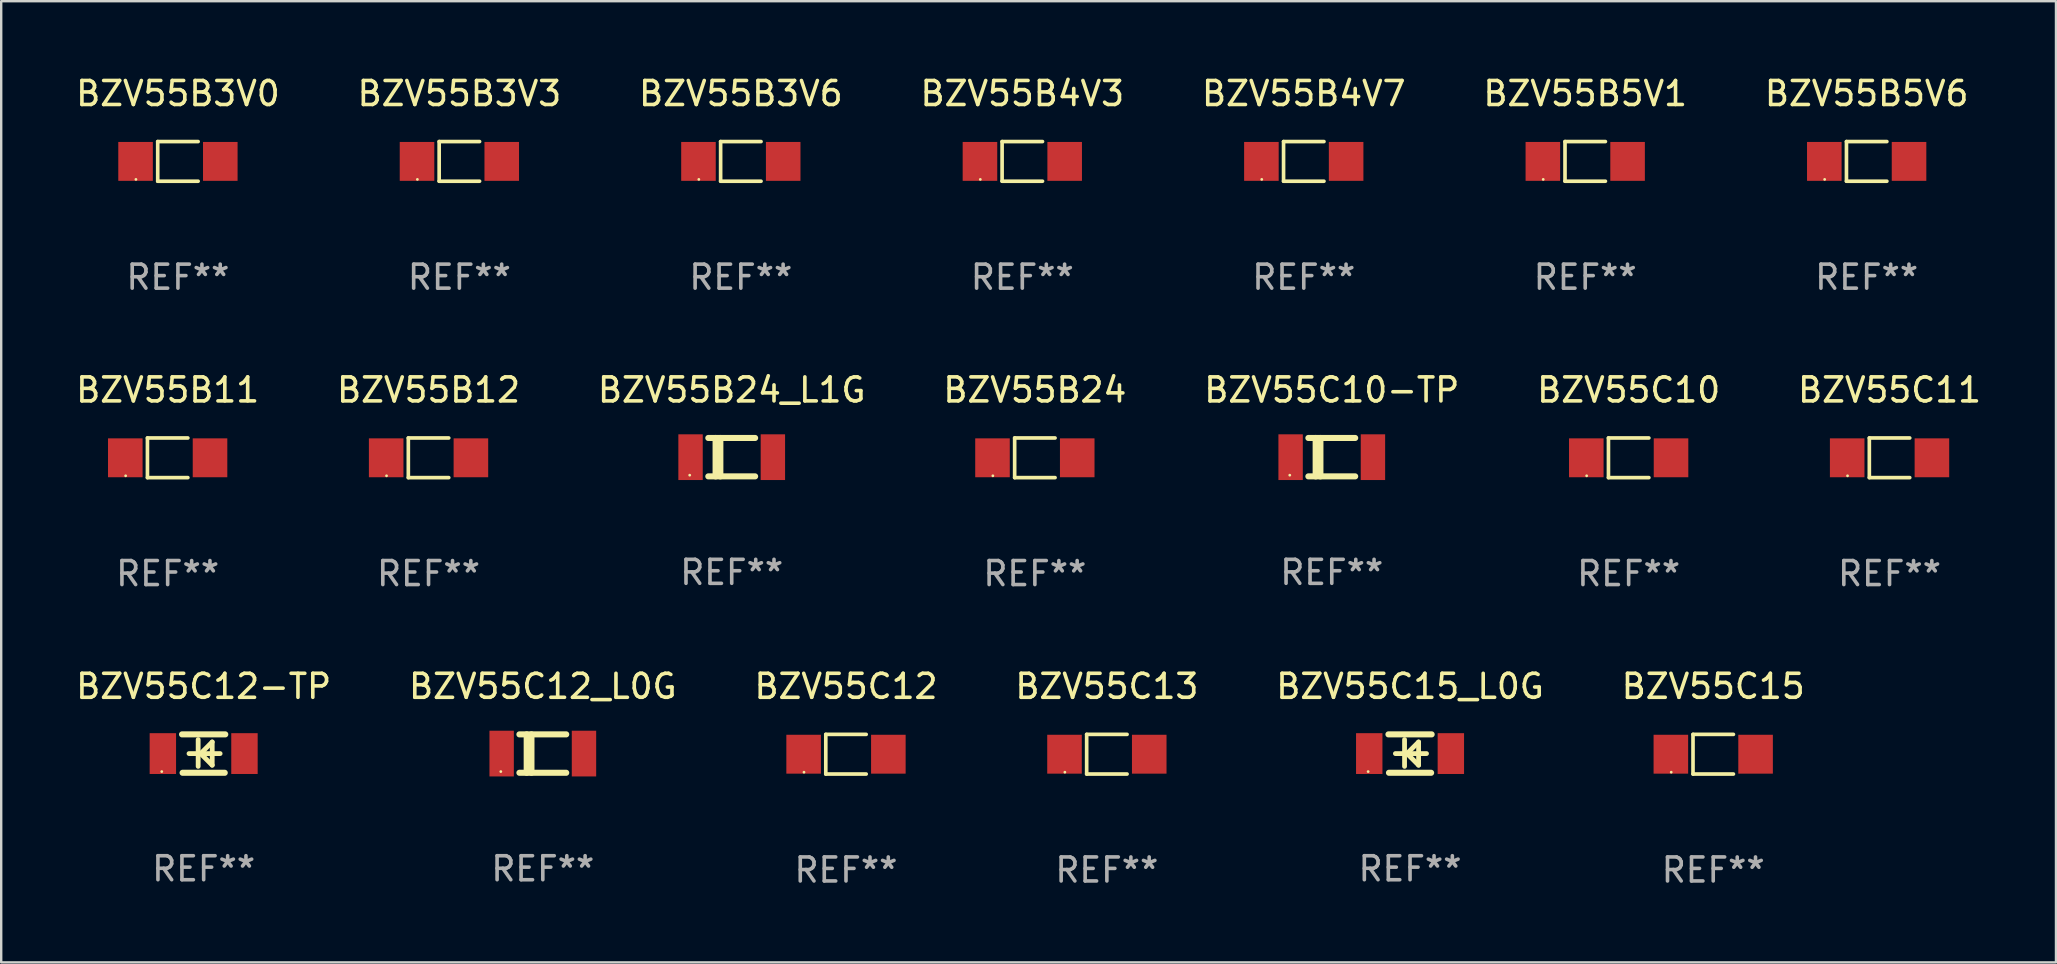
<source format=kicad_pcb>
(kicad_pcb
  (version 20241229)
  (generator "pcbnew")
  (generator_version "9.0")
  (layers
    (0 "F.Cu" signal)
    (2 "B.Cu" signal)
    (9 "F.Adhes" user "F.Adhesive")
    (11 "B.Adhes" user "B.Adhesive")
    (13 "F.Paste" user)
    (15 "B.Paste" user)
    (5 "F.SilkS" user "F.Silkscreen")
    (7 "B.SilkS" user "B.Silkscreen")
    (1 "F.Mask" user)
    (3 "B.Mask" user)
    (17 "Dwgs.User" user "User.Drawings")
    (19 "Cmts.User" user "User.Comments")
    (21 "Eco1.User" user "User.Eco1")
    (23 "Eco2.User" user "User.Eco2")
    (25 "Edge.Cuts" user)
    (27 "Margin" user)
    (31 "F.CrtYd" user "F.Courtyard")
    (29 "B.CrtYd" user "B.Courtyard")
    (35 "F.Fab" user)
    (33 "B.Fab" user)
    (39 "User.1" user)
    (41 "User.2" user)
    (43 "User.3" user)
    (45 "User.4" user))
  (footprint "BZV55C12_L0G"
    (layer "F.Cu")
    (at 19.565 28.346)
    (property "Reference" "BZV55C12_L0G" (at 0 -2.8 0) (layer "F.SilkS") (effects (font (size 1 1) (thickness 0.15))))
    (attr through_hole)
    (fp_line (start -0.975 -0.8) (end 0.975 -0.8) (stroke (width 0.254) (type solid)) (layer "F.SilkS"))
    (fp_line (start -0.975 0.8) (end 0.975 0.8) (stroke (width 0.254) (type solid)) (layer "F.SilkS"))
    (fp_line (start -0.671 -0.8) (end -0.671 0.8) (stroke (width 0.254) (type solid)) (layer "F.SilkS"))
    (fp_line (start -0.474 -0.8) (end -0.474 0.8) (stroke (width 0.254) (type solid)) (layer "F.SilkS"))
    (fp_circle (center -1.75 0.75) (end -1.72 0.75) (stroke (width 0.06) (type solid)) (fill no) (layer "F.SilkS"))
    (fp_text user "REF**" (at 0 4.8 0) (layer "F.Fab") (effects (font (size 1 1) (thickness 0.15))))
    (pad "1" smd rect (at -1.715 0 180) (size 1.016 1.905) (layers "F.Cu" "F.Mask" "F.Paste"))
    (pad "2" smd rect (at 1.715 0 180) (size 1.016 1.905) (layers "F.Cu" "F.Mask" "F.Paste")))
  (footprint "BZV55C15"
    (layer "F.Cu")
    (at 68.327 28.372)
    (property "Reference" "BZV55C15" (at 0 -2.826 0) (layer "F.SilkS") (effects (font (size 1 1) (thickness 0.15))))
    (attr through_hole)
    (fp_line (start -0.842 -0.826) (end -0.842 0.826) (stroke (width 0.152) (type solid)) (layer "F.SilkS"))
    (fp_line (start -0.842 -0.826) (end 0.842 -0.826) (stroke (width 0.152) (type solid)) (layer "F.SilkS"))
    (fp_line (start -0.842 0.826) (end 0.842 0.826) (stroke (width 0.152) (type solid)) (layer "F.SilkS"))
    (fp_circle (center -1.75 0.75) (end -1.72 0.75) (stroke (width 0.06) (type solid)) (fill no) (layer "F.SilkS"))
    (fp_text user "REF**" (at 0 4.826 0) (layer "F.Fab") (effects (font (size 1 1) (thickness 0.15))))
    (pad "1" smd rect (at -1.765 0) (size 1.44 1.62) (layers "F.Cu" "F.Mask" "F.Paste"))
    (pad "2" smd rect (at 1.765 0) (size 1.44 1.62) (layers "F.Cu" "F.Mask" "F.Paste")))
  (footprint "BZV55B4V3"
    (layer "F.Cu")
    (at 39.542 3.674)
    (property "Reference" "BZV55B4V3" (at 0 -2.826 0) (layer "F.SilkS") (effects (font (size 1 1) (thickness 0.15))))
    (attr through_hole)
    (fp_line (start -0.842 -0.826) (end -0.842 0.826) (stroke (width 0.152) (type solid)) (layer "F.SilkS"))
    (fp_line (start -0.842 -0.826) (end 0.842 -0.826) (stroke (width 0.152) (type solid)) (layer "F.SilkS"))
    (fp_line (start -0.842 0.826) (end 0.842 0.826) (stroke (width 0.152) (type solid)) (layer "F.SilkS"))
    (fp_circle (center -1.75 0.75) (end -1.72 0.75) (stroke (width 0.06) (type solid)) (fill no) (layer "F.SilkS"))
    (fp_text user "REF**" (at 0 4.826 0) (layer "F.Fab") (effects (font (size 1 1) (thickness 0.15))))
    (pad "1" smd rect (at -1.765 0) (size 1.44 1.62) (layers "F.Cu" "F.Mask" "F.Paste"))
    (pad "2" smd rect (at 1.765 0) (size 1.44 1.62) (layers "F.Cu" "F.Mask" "F.Paste")))
  (footprint "BZV55B3V6"
    (layer "F.Cu")
    (at 27.815 3.674)
    (property "Reference" "BZV55B3V6" (at 0 -2.826 0) (layer "F.SilkS") (effects (font (size 1 1) (thickness 0.15))))
    (attr through_hole)
    (fp_line (start -0.842 -0.826) (end -0.842 0.826) (stroke (width 0.152) (type solid)) (layer "F.SilkS"))
    (fp_line (start -0.842 -0.826) (end 0.842 -0.826) (stroke (width 0.152) (type solid)) (layer "F.SilkS"))
    (fp_line (start -0.842 0.826) (end 0.842 0.826) (stroke (width 0.152) (type solid)) (layer "F.SilkS"))
    (fp_circle (center -1.75 0.75) (end -1.72 0.75) (stroke (width 0.06) (type solid)) (fill no) (layer "F.SilkS"))
    (fp_text user "REF**" (at 0 4.826 0) (layer "F.Fab") (effects (font (size 1 1) (thickness 0.15))))
    (pad "1" smd rect (at -1.765 0) (size 1.44 1.62) (layers "F.Cu" "F.Mask" "F.Paste"))
    (pad "2" smd rect (at 1.765 0) (size 1.44 1.62) (layers "F.Cu" "F.Mask" "F.Paste")))
  (footprint "BZV55C12"
    (layer "F.Cu")
    (at 32.196 28.372)
    (property "Reference" "BZV55C12" (at 0 -2.826 0) (layer "F.SilkS") (effects (font (size 1 1) (thickness 0.15))))
    (attr through_hole)
    (fp_line (start -0.842 -0.826) (end -0.842 0.826) (stroke (width 0.152) (type solid)) (layer "F.SilkS"))
    (fp_line (start -0.842 -0.826) (end 0.842 -0.826) (stroke (width 0.152) (type solid)) (layer "F.SilkS"))
    (fp_line (start -0.842 0.826) (end 0.842 0.826) (stroke (width 0.152) (type solid)) (layer "F.SilkS"))
    (fp_circle (center -1.75 0.75) (end -1.72 0.75) (stroke (width 0.06) (type solid)) (fill no) (layer "F.SilkS"))
    (fp_text user "REF**" (at 0 4.826 0) (layer "F.Fab") (effects (font (size 1 1) (thickness 0.15))))
    (pad "1" smd rect (at -1.765 0) (size 1.44 1.62) (layers "F.Cu" "F.Mask" "F.Paste"))
    (pad "2" smd rect (at 1.765 0) (size 1.44 1.62) (layers "F.Cu" "F.Mask" "F.Paste")))
  (footprint "BZV55B4V7"
    (layer "F.Cu")
    (at 51.268 3.674)
    (property "Reference" "BZV55B4V7" (at 0 -2.826 0) (layer "F.SilkS") (effects (font (size 1 1) (thickness 0.15))))
    (attr through_hole)
    (fp_line (start -0.842 -0.826) (end -0.842 0.826) (stroke (width 0.152) (type solid)) (layer "F.SilkS"))
    (fp_line (start -0.842 -0.826) (end 0.842 -0.826) (stroke (width 0.152) (type solid)) (layer "F.SilkS"))
    (fp_line (start -0.842 0.826) (end 0.842 0.826) (stroke (width 0.152) (type solid)) (layer "F.SilkS"))
    (fp_circle (center -1.75 0.75) (end -1.72 0.75) (stroke (width 0.06) (type solid)) (fill no) (layer "F.SilkS"))
    (fp_text user "REF**" (at 0 4.826 0) (layer "F.Fab") (effects (font (size 1 1) (thickness 0.15))))
    (pad "1" smd rect (at -1.765 0) (size 1.44 1.62) (layers "F.Cu" "F.Mask" "F.Paste"))
    (pad "2" smd rect (at 1.765 0) (size 1.44 1.62) (layers "F.Cu" "F.Mask" "F.Paste")))
  (footprint "BZV55B5V1"
    (layer "F.Cu")
    (at 62.994 3.674)
    (property "Reference" "BZV55B5V1" (at 0 -2.826 0) (layer "F.SilkS") (effects (font (size 1 1) (thickness 0.15))))
    (attr through_hole)
    (fp_line (start -0.842 -0.826) (end -0.842 0.826) (stroke (width 0.152) (type solid)) (layer "F.SilkS"))
    (fp_line (start -0.842 -0.826) (end 0.842 -0.826) (stroke (width 0.152) (type solid)) (layer "F.SilkS"))
    (fp_line (start -0.842 0.826) (end 0.842 0.826) (stroke (width 0.152) (type solid)) (layer "F.SilkS"))
    (fp_circle (center -1.75 0.75) (end -1.72 0.75) (stroke (width 0.06) (type solid)) (fill no) (layer "F.SilkS"))
    (fp_text user "REF**" (at 0 4.826 0) (layer "F.Fab") (effects (font (size 1 1) (thickness 0.15))))
    (pad "1" smd rect (at -1.765 0) (size 1.44 1.62) (layers "F.Cu" "F.Mask" "F.Paste"))
    (pad "2" smd rect (at 1.765 0) (size 1.44 1.62) (layers "F.Cu" "F.Mask" "F.Paste")))
  (footprint "BZV55B12"
    (layer "F.Cu")
    (at 14.804 16.023)
    (property "Reference" "BZV55B12" (at 0 -2.826 0) (layer "F.SilkS") (effects (font (size 1 1) (thickness 0.15))))
    (attr through_hole)
    (fp_line (start -0.842 -0.826) (end -0.842 0.826) (stroke (width 0.152) (type solid)) (layer "F.SilkS"))
    (fp_line (start -0.842 -0.826) (end 0.842 -0.826) (stroke (width 0.152) (type solid)) (layer "F.SilkS"))
    (fp_line (start -0.842 0.826) (end 0.842 0.826) (stroke (width 0.152) (type solid)) (layer "F.SilkS"))
    (fp_circle (center -1.75 0.75) (end -1.72 0.75) (stroke (width 0.06) (type solid)) (fill no) (layer "F.SilkS"))
    (fp_text user "REF**" (at 0 4.826 0) (layer "F.Fab") (effects (font (size 1 1) (thickness 0.15))))
    (pad "1" smd rect (at -1.765 0) (size 1.44 1.62) (layers "F.Cu" "F.Mask" "F.Paste"))
    (pad "2" smd rect (at 1.765 0) (size 1.44 1.62) (layers "F.Cu" "F.Mask" "F.Paste")))
  (footprint "BZV55C12-TP"
    (layer "F.Cu")
    (at 5.435 28.346)
    (property "Reference" "BZV55C12-TP" (at 0 -2.8 0) (layer "F.SilkS") (effects (font (size 1 1) (thickness 0.15))))
    (attr through_hole)
    (fp_line (start -0.9 -0.8) (end 0.9 -0.8) (stroke (width 0.254) (type solid)) (layer "F.SilkS"))
    (fp_line (start -0.878 0.8) (end 0.878 0.8) (stroke (width 0.254) (type solid)) (layer "F.SilkS"))
    (fp_line (start -0.61 0) (end 0.686 0) (stroke (width 0.2) (type solid)) (layer "F.SilkS"))
    (fp_line (start -0.229 -0.584) (end -0.229 0.533) (stroke (width 0.2) (type solid)) (layer "F.SilkS"))
    (fp_line (start -0.127 0) (end 0.356 -0.483) (stroke (width 0.2) (type solid)) (layer "F.SilkS"))
    (fp_line (start 0.356 -0.483) (end 0.356 0.483) (stroke (width 0.2) (type solid)) (layer "F.SilkS"))
    (fp_line (start 0.356 0.483) (end -0.102 0.025) (stroke (width 0.2) (type solid)) (layer "F.SilkS"))
    (fp_circle (center -1.746 0.75) (end -1.716 0.75) (stroke (width 0.06) (type solid)) (fill no) (layer "F.SilkS"))
    (fp_text user "REF**" (at 0 4.8 0) (layer "F.Fab") (effects (font (size 1 1) (thickness 0.15))))
    (pad "1" smd rect (at -1.7 0 180) (size 1.1 1.7) (layers "F.Cu" "F.Mask" "F.Paste"))
    (pad "2" smd rect (at 1.7 0 180) (size 1.1 1.7) (layers "F.Cu" "F.Mask" "F.Paste")))
  (footprint "BZV55B24"
    (layer "F.Cu")
    (at 40.065 16.023)
    (property "Reference" "BZV55B24" (at 0 -2.826 0) (layer "F.SilkS") (effects (font (size 1 1) (thickness 0.15))))
    (attr through_hole)
    (fp_line (start -0.842 -0.826) (end -0.842 0.826) (stroke (width 0.152) (type solid)) (layer "F.SilkS"))
    (fp_line (start -0.842 -0.826) (end 0.842 -0.826) (stroke (width 0.152) (type solid)) (layer "F.SilkS"))
    (fp_line (start -0.842 0.826) (end 0.842 0.826) (stroke (width 0.152) (type solid)) (layer "F.SilkS"))
    (fp_circle (center -1.75 0.75) (end -1.72 0.75) (stroke (width 0.06) (type solid)) (fill no) (layer "F.SilkS"))
    (fp_text user "REF**" (at 0 4.826 0) (layer "F.Fab") (effects (font (size 1 1) (thickness 0.15))))
    (pad "1" smd rect (at -1.765 0) (size 1.44 1.62) (layers "F.Cu" "F.Mask" "F.Paste"))
    (pad "2" smd rect (at 1.765 0) (size 1.44 1.62) (layers "F.Cu" "F.Mask" "F.Paste")))
  (footprint "BZV55B5V6"
    (layer "F.Cu")
    (at 74.72 3.674)
    (property "Reference" "BZV55B5V6" (at 0 -2.826 0) (layer "F.SilkS") (effects (font (size 1 1) (thickness 0.15))))
    (attr through_hole)
    (fp_line (start -0.842 -0.826) (end -0.842 0.826) (stroke (width 0.152) (type solid)) (layer "F.SilkS"))
    (fp_line (start -0.842 -0.826) (end 0.842 -0.826) (stroke (width 0.152) (type solid)) (layer "F.SilkS"))
    (fp_line (start -0.842 0.826) (end 0.842 0.826) (stroke (width 0.152) (type solid)) (layer "F.SilkS"))
    (fp_circle (center -1.75 0.75) (end -1.72 0.75) (stroke (width 0.06) (type solid)) (fill no) (layer "F.SilkS"))
    (fp_text user "REF**" (at 0 4.826 0) (layer "F.Fab") (effects (font (size 1 1) (thickness 0.15))))
    (pad "1" smd rect (at -1.765 0) (size 1.44 1.62) (layers "F.Cu" "F.Mask" "F.Paste"))
    (pad "2" smd rect (at 1.765 0) (size 1.44 1.62) (layers "F.Cu" "F.Mask" "F.Paste")))
  (footprint "BZV55B11"
    (layer "F.Cu")
    (at 3.935 16.023)
    (property "Reference" "BZV55B11" (at 0 -2.826 0) (layer "F.SilkS") (effects (font (size 1 1) (thickness 0.15))))
    (attr through_hole)
    (fp_line (start -0.842 -0.826) (end -0.842 0.826) (stroke (width 0.152) (type solid)) (layer "F.SilkS"))
    (fp_line (start -0.842 -0.826) (end 0.842 -0.826) (stroke (width 0.152) (type solid)) (layer "F.SilkS"))
    (fp_line (start -0.842 0.826) (end 0.842 0.826) (stroke (width 0.152) (type solid)) (layer "F.SilkS"))
    (fp_circle (center -1.75 0.75) (end -1.72 0.75) (stroke (width 0.06) (type solid)) (fill no) (layer "F.SilkS"))
    (fp_text user "REF**" (at 0 4.826 0) (layer "F.Fab") (effects (font (size 1 1) (thickness 0.15))))
    (pad "1" smd rect (at -1.765 0) (size 1.44 1.62) (layers "F.Cu" "F.Mask" "F.Paste"))
    (pad "2" smd rect (at 1.765 0) (size 1.44 1.62) (layers "F.Cu" "F.Mask" "F.Paste")))
  (footprint "BZV55C10"
    (layer "F.Cu")
    (at 64.804 16.023)
    (property "Reference" "BZV55C10" (at 0 -2.826 0) (layer "F.SilkS") (effects (font (size 1 1) (thickness 0.15))))
    (attr through_hole)
    (fp_line (start -0.842 -0.826) (end -0.842 0.826) (stroke (width 0.152) (type solid)) (layer "F.SilkS"))
    (fp_line (start -0.842 -0.826) (end 0.842 -0.826) (stroke (width 0.152) (type solid)) (layer "F.SilkS"))
    (fp_line (start -0.842 0.826) (end 0.842 0.826) (stroke (width 0.152) (type solid)) (layer "F.SilkS"))
    (fp_circle (center -1.75 0.75) (end -1.72 0.75) (stroke (width 0.06) (type solid)) (fill no) (layer "F.SilkS"))
    (fp_text user "REF**" (at 0 4.826 0) (layer "F.Fab") (effects (font (size 1 1) (thickness 0.15))))
    (pad "1" smd rect (at -1.765 0) (size 1.44 1.62) (layers "F.Cu" "F.Mask" "F.Paste"))
    (pad "2" smd rect (at 1.765 0) (size 1.44 1.62) (layers "F.Cu" "F.Mask" "F.Paste")))
  (footprint "BZV55C13"
    (layer "F.Cu")
    (at 43.065 28.372)
    (property "Reference" "BZV55C13" (at 0 -2.826 0) (layer "F.SilkS") (effects (font (size 1 1) (thickness 0.15))))
    (attr through_hole)
    (fp_line (start -0.842 -0.826) (end -0.842 0.826) (stroke (width 0.152) (type solid)) (layer "F.SilkS"))
    (fp_line (start -0.842 -0.826) (end 0.842 -0.826) (stroke (width 0.152) (type solid)) (layer "F.SilkS"))
    (fp_line (start -0.842 0.826) (end 0.842 0.826) (stroke (width 0.152) (type solid)) (layer "F.SilkS"))
    (fp_circle (center -1.75 0.75) (end -1.72 0.75) (stroke (width 0.06) (type solid)) (fill no) (layer "F.SilkS"))
    (fp_text user "REF**" (at 0 4.826 0) (layer "F.Fab") (effects (font (size 1 1) (thickness 0.15))))
    (pad "1" smd rect (at -1.765 0) (size 1.44 1.62) (layers "F.Cu" "F.Mask" "F.Paste"))
    (pad "2" smd rect (at 1.765 0) (size 1.44 1.62) (layers "F.Cu" "F.Mask" "F.Paste")))
  (footprint "BZV55B3V0"
    (layer "F.Cu")
    (at 4.363 3.674)
    (property "Reference" "BZV55B3V0" (at 0 -2.826 0) (layer "F.SilkS") (effects (font (size 1 1) (thickness 0.15))))
    (attr through_hole)
    (fp_line (start -0.842 -0.826) (end -0.842 0.826) (stroke (width 0.152) (type solid)) (layer "F.SilkS"))
    (fp_line (start -0.842 -0.826) (end 0.842 -0.826) (stroke (width 0.152) (type solid)) (layer "F.SilkS"))
    (fp_line (start -0.842 0.826) (end 0.842 0.826) (stroke (width 0.152) (type solid)) (layer "F.SilkS"))
    (fp_circle (center -1.75 0.75) (end -1.72 0.75) (stroke (width 0.06) (type solid)) (fill no) (layer "F.SilkS"))
    (fp_text user "REF**" (at 0 4.826 0) (layer "F.Fab") (effects (font (size 1 1) (thickness 0.15))))
    (pad "1" smd rect (at -1.765 0) (size 1.44 1.62) (layers "F.Cu" "F.Mask" "F.Paste"))
    (pad "2" smd rect (at 1.765 0) (size 1.44 1.62) (layers "F.Cu" "F.Mask" "F.Paste")))
  (footprint "BZV55C10-TP"
    (layer "F.Cu")
    (at 52.435 15.997)
    (property "Reference" "BZV55C10-TP" (at 0 -2.8 0) (layer "F.SilkS") (effects (font (size 1 1) (thickness 0.15))))
    (attr through_hole)
    (fp_line (start -0.975 -0.8) (end 0.975 -0.8) (stroke (width 0.254) (type solid)) (layer "F.SilkS"))
    (fp_line (start -0.975 0.8) (end 0.975 0.8) (stroke (width 0.254) (type solid)) (layer "F.SilkS"))
    (fp_line (start -0.671 -0.8) (end -0.671 0.8) (stroke (width 0.254) (type solid)) (layer "F.SilkS"))
    (fp_line (start -0.474 -0.8) (end -0.474 0.8) (stroke (width 0.254) (type solid)) (layer "F.SilkS"))
    (fp_circle (center -1.75 0.75) (end -1.72 0.75) (stroke (width 0.06) (type solid)) (fill no) (layer "F.SilkS"))
    (fp_text user "REF**" (at 0 4.8 0) (layer "F.Fab") (effects (font (size 1 1) (thickness 0.15))))
    (pad "1" smd rect (at -1.715 0 180) (size 1.016 1.905) (layers "F.Cu" "F.Mask" "F.Paste"))
    (pad "2" smd rect (at 1.715 0 180) (size 1.016 1.905) (layers "F.Cu" "F.Mask" "F.Paste")))
  (footprint "BZV55B24_L1G"
    (layer "F.Cu")
    (at 27.435 15.997)
    (property "Reference" "BZV55B24_L1G" (at 0 -2.8 0) (layer "F.SilkS") (effects (font (size 1 1) (thickness 0.15))))
    (attr through_hole)
    (fp_line (start -0.975 -0.8) (end 0.975 -0.8) (stroke (width 0.254) (type solid)) (layer "F.SilkS"))
    (fp_line (start -0.975 0.8) (end 0.975 0.8) (stroke (width 0.254) (type solid)) (layer "F.SilkS"))
    (fp_line (start -0.671 -0.8) (end -0.671 0.8) (stroke (width 0.254) (type solid)) (layer "F.SilkS"))
    (fp_line (start -0.474 -0.8) (end -0.474 0.8) (stroke (width 0.254) (type solid)) (layer "F.SilkS"))
    (fp_circle (center -1.75 0.75) (end -1.72 0.75) (stroke (width 0.06) (type solid)) (fill no) (layer "F.SilkS"))
    (fp_text user "REF**" (at 0 4.8 0) (layer "F.Fab") (effects (font (size 1 1) (thickness 0.15))))
    (pad "1" smd rect (at -1.715 0 180) (size 1.016 1.905) (layers "F.Cu" "F.Mask" "F.Paste"))
    (pad "2" smd rect (at 1.715 0 180) (size 1.016 1.905) (layers "F.Cu" "F.Mask" "F.Paste")))
  (footprint "BZV55B3V3"
    (layer "F.Cu")
    (at 16.089 3.674)
    (property "Reference" "BZV55B3V3" (at 0 -2.826 0) (layer "F.SilkS") (effects (font (size 1 1) (thickness 0.15))))
    (attr through_hole)
    (fp_line (start -0.842 -0.826) (end -0.842 0.826) (stroke (width 0.152) (type solid)) (layer "F.SilkS"))
    (fp_line (start -0.842 -0.826) (end 0.842 -0.826) (stroke (width 0.152) (type solid)) (layer "F.SilkS"))
    (fp_line (start -0.842 0.826) (end 0.842 0.826) (stroke (width 0.152) (type solid)) (layer "F.SilkS"))
    (fp_circle (center -1.75 0.75) (end -1.72 0.75) (stroke (width 0.06) (type solid)) (fill no) (layer "F.SilkS"))
    (fp_text user "REF**" (at 0 4.826 0) (layer "F.Fab") (effects (font (size 1 1) (thickness 0.15))))
    (pad "1" smd rect (at -1.765 0) (size 1.44 1.62) (layers "F.Cu" "F.Mask" "F.Paste"))
    (pad "2" smd rect (at 1.765 0) (size 1.44 1.62) (layers "F.Cu" "F.Mask" "F.Paste")))
  (footprint "BZV55C15_L0G"
    (layer "F.Cu")
    (at 55.696 28.346)
    (property "Reference" "BZV55C15_L0G" (at 0 -2.8 0) (layer "F.SilkS") (effects (font (size 1 1) (thickness 0.15))))
    (attr through_hole)
    (fp_line (start -0.9 -0.8) (end 0.9 -0.8) (stroke (width 0.254) (type solid)) (layer "F.SilkS"))
    (fp_line (start -0.878 0.8) (end 0.878 0.8) (stroke (width 0.254) (type solid)) (layer "F.SilkS"))
    (fp_line (start -0.61 0) (end 0.686 0) (stroke (width 0.2) (type solid)) (layer "F.SilkS"))
    (fp_line (start -0.229 -0.584) (end -0.229 0.533) (stroke (width 0.2) (type solid)) (layer "F.SilkS"))
    (fp_line (start -0.127 0) (end 0.356 -0.483) (stroke (width 0.2) (type solid)) (layer "F.SilkS"))
    (fp_line (start 0.356 -0.483) (end 0.356 0.483) (stroke (width 0.2) (type solid)) (layer "F.SilkS"))
    (fp_line (start 0.356 0.483) (end -0.102 0.025) (stroke (width 0.2) (type solid)) (layer "F.SilkS"))
    (fp_circle (center -1.746 0.75) (end -1.716 0.75) (stroke (width 0.06) (type solid)) (fill no) (layer "F.SilkS"))
    (fp_text user "REF**" (at 0 4.8 0) (layer "F.Fab") (effects (font (size 1 1) (thickness 0.15))))
    (pad "1" smd rect (at -1.7 0 180) (size 1.1 1.7) (layers "F.Cu" "F.Mask" "F.Paste"))
    (pad "2" smd rect (at 1.7 0 180) (size 1.1 1.7) (layers "F.Cu" "F.Mask" "F.Paste")))
  (footprint "BZV55C11"
    (layer "F.Cu")
    (at 75.673 16.023)
    (property "Reference" "BZV55C11" (at 0 -2.826 0) (layer "F.SilkS") (effects (font (size 1 1) (thickness 0.15))))
    (attr through_hole)
    (fp_line (start -0.842 -0.826) (end -0.842 0.826) (stroke (width 0.152) (type solid)) (layer "F.SilkS"))
    (fp_line (start -0.842 -0.826) (end 0.842 -0.826) (stroke (width 0.152) (type solid)) (layer "F.SilkS"))
    (fp_line (start -0.842 0.826) (end 0.842 0.826) (stroke (width 0.152) (type solid)) (layer "F.SilkS"))
    (fp_circle (center -1.75 0.75) (end -1.72 0.75) (stroke (width 0.06) (type solid)) (fill no) (layer "F.SilkS"))
    (fp_text user "REF**" (at 0 4.826 0) (layer "F.Fab") (effects (font (size 1 1) (thickness 0.15))))
    (pad "1" smd rect (at -1.765 0) (size 1.44 1.62) (layers "F.Cu" "F.Mask" "F.Paste"))
    (pad "2" smd rect (at 1.765 0) (size 1.44 1.62) (layers "F.Cu" "F.Mask" "F.Paste")))
  (gr_rect
    (start -3 -3)
    (end 82.607 37.047)
    (stroke (width 0.1) (type default))
    (fill no)
    (layer "Edge.Cuts")))
</source>
